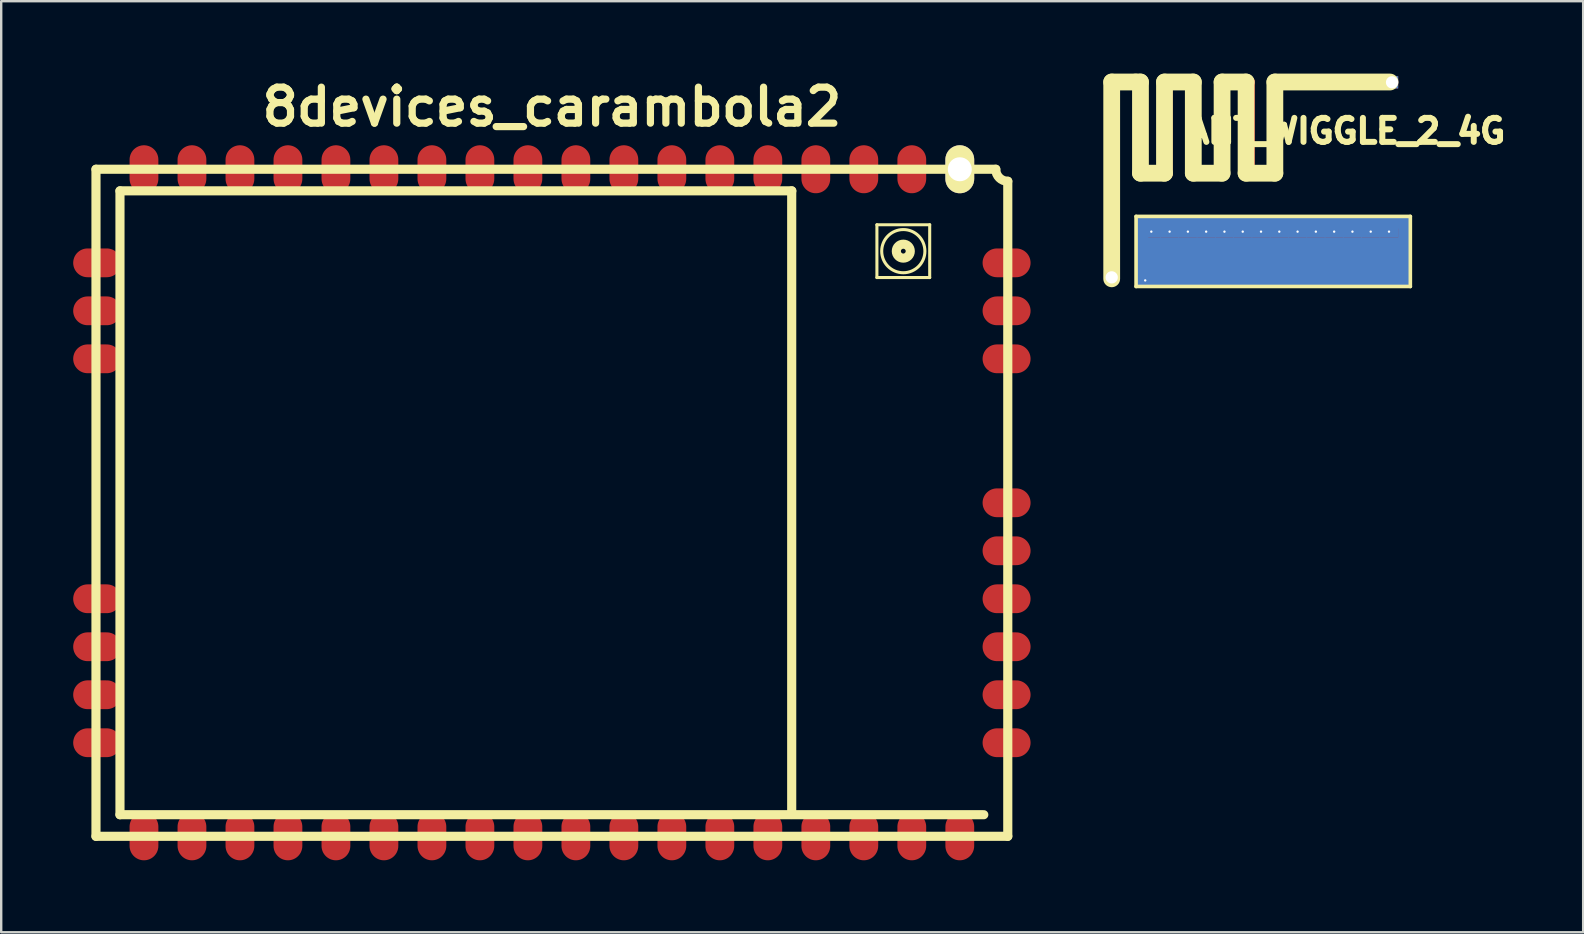
<source format=kicad_pcb>
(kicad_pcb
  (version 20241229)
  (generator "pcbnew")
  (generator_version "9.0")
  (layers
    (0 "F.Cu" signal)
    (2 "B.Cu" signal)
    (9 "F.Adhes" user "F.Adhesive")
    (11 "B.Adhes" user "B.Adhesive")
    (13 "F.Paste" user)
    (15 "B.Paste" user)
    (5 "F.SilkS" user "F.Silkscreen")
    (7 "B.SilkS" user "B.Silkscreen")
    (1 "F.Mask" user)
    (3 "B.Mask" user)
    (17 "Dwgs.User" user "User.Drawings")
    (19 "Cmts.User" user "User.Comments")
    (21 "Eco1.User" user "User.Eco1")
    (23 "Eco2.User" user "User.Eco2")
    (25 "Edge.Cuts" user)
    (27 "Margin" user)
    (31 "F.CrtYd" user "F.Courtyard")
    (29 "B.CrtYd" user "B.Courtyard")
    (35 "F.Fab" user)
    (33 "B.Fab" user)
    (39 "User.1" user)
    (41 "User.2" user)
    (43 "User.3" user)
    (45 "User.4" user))
  (footprint "ANT_WIGGLE_2_4G"
    (layer "F.Cu")
    (at 43.281 5.969)
    (property "Reference" "ANT_WIGGLE_2_4G" (at 9.779 -3.556 0) (layer "F.SilkS") (effects (font (size 1 1) (thickness 0.25))))
    (attr through_hole)
    (fp_line (start 0 -5.588) (end 0 -1.778) (stroke (width 0.508) (type solid)) (layer "F.Cu"))
    (fp_line (start 0 -5.588) (end 1.143 -5.588) (stroke (width 0.508) (type solid)) (layer "F.Cu"))
    (fp_line (start 0 -1.778) (end 0 0) (stroke (width 0.508) (type solid)) (layer "F.Cu"))
    (fp_line (start 0 0) (end 0 2.54) (stroke (width 0.508) (type solid)) (layer "F.Cu"))
    (fp_line (start 1.143 -5.588) (end 1.143 -1.778) (stroke (width 0.508) (type solid)) (layer "F.Cu"))
    (fp_line (start 1.143 -1.778) (end 2.286 -1.778) (stroke (width 0.508) (type solid)) (layer "F.Cu"))
    (fp_line (start 1.27 0.254) (end 1.27 2.54) (stroke (width 0.508) (type solid)) (layer "F.Cu"))
    (fp_line (start 1.27 0.254) (end 12.192 0.254) (stroke (width 0.508) (type solid)) (layer "F.Cu"))
    (fp_line (start 1.27 1.143) (end 12.192 1.143) (stroke (width 0.508) (type solid)) (layer "F.Cu"))
    (fp_line (start 1.27 1.524) (end 12.192 1.524) (stroke (width 0.508) (type solid)) (layer "F.Cu"))
    (fp_line (start 1.27 1.905) (end 12.192 1.905) (stroke (width 0.508) (type solid)) (layer "F.Cu"))
    (fp_line (start 1.27 2.286) (end 12.192 2.286) (stroke (width 0.508) (type solid)) (layer "F.Cu"))
    (fp_line (start 1.27 2.667) (end 12.192 2.667) (stroke (width 0.508) (type solid)) (layer "F.Cu"))
    (fp_line (start 2.286 -5.588) (end 3.429 -5.588) (stroke (width 0.508) (type solid)) (layer "F.Cu"))
    (fp_line (start 2.286 -1.778) (end 2.286 -5.588) (stroke (width 0.508) (type solid)) (layer "F.Cu"))
    (fp_line (start 3.429 -5.588) (end 3.429 -1.778) (stroke (width 0.508) (type solid)) (layer "F.Cu"))
    (fp_line (start 3.429 -1.778) (end 4.572 -1.778) (stroke (width 0.508) (type solid)) (layer "F.Cu"))
    (fp_line (start 4.572 -5.588) (end 5.715 -5.588) (stroke (width 0.508) (type solid)) (layer "F.Cu"))
    (fp_line (start 4.572 -1.778) (end 4.572 -5.588) (stroke (width 0.508) (type solid)) (layer "F.Cu"))
    (fp_line (start 5.715 -5.588) (end 5.715 -1.778) (stroke (width 0.508) (type solid)) (layer "F.Cu"))
    (fp_line (start 5.715 -1.778) (end 6.858 -1.778) (stroke (width 0.508) (type solid)) (layer "F.Cu"))
    (fp_line (start 6.858 -5.588) (end 11.684 -5.588) (stroke (width 0.508) (type solid)) (layer "F.Cu"))
    (fp_line (start 6.858 -1.778) (end 6.858 -5.588) (stroke (width 0.508) (type solid)) (layer "F.Cu"))
    (fp_line (start 12.192 0.254) (end 12.192 2.54) (stroke (width 0.508) (type solid)) (layer "F.Cu"))
    (fp_line (start 1.27 0.254) (end 12.192 0.254) (stroke (width 0.508) (type solid)) (layer "B.Cu"))
    (fp_line (start 1.27 1.143) (end 12.192 1.143) (stroke (width 0.508) (type solid)) (layer "B.Cu"))
    (fp_line (start 1.27 1.524) (end 12.192 1.524) (stroke (width 0.508) (type solid)) (layer "B.Cu"))
    (fp_line (start 1.27 1.905) (end 12.192 1.905) (stroke (width 0.508) (type solid)) (layer "B.Cu"))
    (fp_line (start 1.27 2.286) (end 12.192 2.286) (stroke (width 0.508) (type solid)) (layer "B.Cu"))
    (fp_line (start 1.27 2.667) (end 1.27 0.254) (stroke (width 0.508) (type solid)) (layer "B.Cu"))
    (fp_line (start 1.27 2.667) (end 12.192 2.667) (stroke (width 0.508) (type solid)) (layer "B.Cu"))
    (fp_line (start 12.192 2.667) (end 12.192 0.254) (stroke (width 0.508) (type solid)) (layer "B.Cu"))
    (fp_line (start 0 -5.601) (end 1.001 -5.601) (stroke (width 0.699) (type solid)) (layer "F.SilkS"))
    (fp_line (start 0 2.601) (end 0 -5.601) (stroke (width 0.699) (type solid)) (layer "F.SilkS"))
    (fp_line (start 1.001 -5.601) (end 1.199 -5.601) (stroke (width 0.699) (type solid)) (layer "F.SilkS"))
    (fp_line (start 1.016 0) (end 1.016 2.921) (stroke (width 0.15) (type solid)) (layer "F.SilkS"))
    (fp_line (start 1.016 2.921) (end 12.446 2.921) (stroke (width 0.15) (type solid)) (layer "F.SilkS"))
    (fp_line (start 1.199 -5.601) (end 1.199 -1.801) (stroke (width 0.699) (type solid)) (layer "F.SilkS"))
    (fp_line (start 1.199 -1.801) (end 2.2 -1.801) (stroke (width 0.699) (type solid)) (layer "F.SilkS"))
    (fp_line (start 2.2 -5.601) (end 3.401 -5.601) (stroke (width 0.699) (type solid)) (layer "F.SilkS"))
    (fp_line (start 2.2 -1.801) (end 2.2 -5.601) (stroke (width 0.699) (type solid)) (layer "F.SilkS"))
    (fp_line (start 3.401 -5.601) (end 3.401 -1.801) (stroke (width 0.699) (type solid)) (layer "F.SilkS"))
    (fp_line (start 3.401 -1.801) (end 4.6 -1.801) (stroke (width 0.699) (type solid)) (layer "F.SilkS"))
    (fp_line (start 4.6 -5.601) (end 5.601 -5.601) (stroke (width 0.699) (type solid)) (layer "F.SilkS"))
    (fp_line (start 4.6 -1.801) (end 4.6 -5.601) (stroke (width 0.699) (type solid)) (layer "F.SilkS"))
    (fp_line (start 5.601 -5.601) (end 5.601 -1.801) (stroke (width 0.699) (type solid)) (layer "F.SilkS"))
    (fp_line (start 5.601 -1.801) (end 6.8 -1.801) (stroke (width 0.699) (type solid)) (layer "F.SilkS"))
    (fp_line (start 6.8 -5.601) (end 11.6 -5.601) (stroke (width 0.699) (type solid)) (layer "F.SilkS"))
    (fp_line (start 6.8 -1.801) (end 6.8 -5.601) (stroke (width 0.699) (type solid)) (layer "F.SilkS"))
    (fp_line (start 12.446 0) (end 1.016 0) (stroke (width 0.15) (type solid)) (layer "F.SilkS"))
    (fp_line (start 12.446 2.921) (end 12.446 0) (stroke (width 0.15) (type solid)) (layer "F.SilkS"))
    (pad "" thru_hole rect (at 1.397 2.667) (size 0.795 0.511) (drill 0.099) (layers "*.Cu"))
    (pad "" thru_hole rect (at 1.651 0.635) (size 0.795 0.511) (drill 0.099) (layers "*.Cu"))
    (pad "" thru_hole rect (at 2.413 0.635) (size 0.795 0.511) (drill 0.099) (layers "*.Cu"))
    (pad "" thru_hole rect (at 3.175 0.635) (size 0.795 0.511) (drill 0.099) (layers "*.Cu"))
    (pad "" thru_hole rect (at 3.937 0.635) (size 0.795 0.511) (drill 0.099) (layers "*.Cu"))
    (pad "" thru_hole rect (at 4.699 0.635) (size 0.795 0.511) (drill 0.099) (layers "*.Cu"))
    (pad "" thru_hole rect (at 5.461 0.635) (size 0.795 0.511) (drill 0.099) (layers "*.Cu"))
    (pad "" thru_hole rect (at 6.223 0.635) (size 0.795 0.511) (drill 0.099) (layers "*.Cu"))
    (pad "" thru_hole rect (at 6.985 0.635) (size 0.795 0.511) (drill 0.099) (layers "*.Cu"))
    (pad "" thru_hole rect (at 7.747 0.635) (size 0.795 0.511) (drill 0.099) (layers "*.Cu"))
    (pad "" thru_hole rect (at 8.509 0.635) (size 0.795 0.511) (drill 0.099) (layers "*.Cu"))
    (pad "" thru_hole rect (at 9.271 0.635) (size 0.795 0.511) (drill 0.099) (layers "*.Cu"))
    (pad "" thru_hole rect (at 10.033 0.635) (size 0.795 0.511) (drill 0.099) (layers "*.Cu"))
    (pad "" thru_hole rect (at 10.795 0.635) (size 0.795 0.511) (drill 0.099) (layers "*.Cu"))
    (pad "" thru_hole rect (at 11.557 0.635) (size 0.795 0.511) (drill 0.099) (layers "*.Cu"))
    (pad "" thru_hole rect (at 11.684 -5.588) (size 0.511 0.511) (drill 0.762) (layers "F.Cu"))
    (pad "1" thru_hole rect (at 0 2.54) (size 0.511 0.511) (drill 0.762) (layers "F.Cu")))
  (footprint "8devices_carambola2"
    (layer "F.Cu")
    (at 19.95 17.904)
    (property "Reference" "8devices_carambola2" (at 0 -16.5 0) (layer "F.SilkS") (effects (font (size 1.5 1.5) (thickness 0.3))))
    (attr through_hole)
    (fp_line (start -19 -13.9) (end 18.5 -13.9) (stroke (width 0.381) (type solid)) (layer "F.SilkS"))
    (fp_line (start -19 13.9) (end -19 -13.9) (stroke (width 0.381) (type solid)) (layer "F.SilkS"))
    (fp_line (start -18 -13) (end 10 -13) (stroke (width 0.381) (type solid)) (layer "F.SilkS"))
    (fp_line (start -18 13) (end -18 -13) (stroke (width 0.381) (type solid)) (layer "F.SilkS"))
    (fp_line (start 9.995 -13) (end 9.995 12.916) (stroke (width 0.381) (type solid)) (layer "F.SilkS"))
    (fp_line (start 9.995 12.916) (end 9.982 13.106) (stroke (width 0.15) (type solid)) (layer "F.SilkS"))
    (fp_line (start 13.546 -11.587) (end 15.746 -11.587) (stroke (width 0.127) (type solid)) (layer "F.SilkS"))
    (fp_line (start 13.546 -9.387) (end 13.546 -11.587) (stroke (width 0.127) (type solid)) (layer "F.SilkS"))
    (fp_line (start 15.746 -11.587) (end 15.746 -9.387) (stroke (width 0.127) (type solid)) (layer "F.SilkS"))
    (fp_line (start 15.746 -9.387) (end 13.546 -9.387) (stroke (width 0.127) (type solid)) (layer "F.SilkS"))
    (fp_line (start 18 13) (end -18 13) (stroke (width 0.381) (type solid)) (layer "F.SilkS"))
    (fp_line (start 19 -13.4) (end 19 13.9) (stroke (width 0.381) (type solid)) (layer "F.SilkS"))
    (fp_line (start 19 13.9) (end -19 13.9) (stroke (width 0.381) (type solid)) (layer "F.SilkS"))
    (fp_arc (start 19 -13.4) (mid 18.646447 -13.546447) (end 18.5 -13.9) (stroke (width 0.381) (type solid)) (layer "F.SilkS"))
    (fp_circle (center 14.646 -10.487) (end 14.746 -10.487) (stroke (width 0.381) (type solid)) (fill no) (layer "F.SilkS"))
    (fp_circle (center 14.646 -10.487) (end 15.546 -10.487) (stroke (width 0.127) (type solid)) (fill no) (layer "F.SilkS"))
    (pad "1" smd oval (at -17 13.9) (size 1.2 2) (layers "F.Cu" "F.Mask" "F.Paste"))
    (pad "2" smd oval (at -15 13.9) (size 1.2 2) (layers "F.Cu" "F.Mask" "F.Paste"))
    (pad "3" smd oval (at -13 13.9) (size 1.2 2) (layers "F.Cu" "F.Mask" "F.Paste"))
    (pad "4" smd oval (at -11 13.9) (size 1.2 2) (layers "F.Cu" "F.Mask" "F.Paste"))
    (pad "5" smd oval (at -9 13.9) (size 1.2 2) (layers "F.Cu" "F.Mask" "F.Paste"))
    (pad "6" smd oval (at -7 13.9) (size 1.2 2) (layers "F.Cu" "F.Mask" "F.Paste"))
    (pad "7" smd oval (at -5 13.9) (size 1.2 2) (layers "F.Cu" "F.Mask" "F.Paste"))
    (pad "8" smd oval (at -3 13.9) (size 1.2 2) (layers "F.Cu" "F.Mask" "F.Paste"))
    (pad "9" smd oval (at -1 13.9) (size 1.2 2) (layers "F.Cu" "F.Mask" "F.Paste"))
    (pad "10" smd oval (at 1 13.9) (size 1.2 2) (layers "F.Cu" "F.Mask" "F.Paste"))
    (pad "11" smd oval (at 3 13.9) (size 1.2 2) (layers "F.Cu" "F.Mask" "F.Paste"))
    (pad "12" smd oval (at 5 13.9) (size 1.2 2) (layers "F.Cu" "F.Mask" "F.Paste"))
    (pad "13" smd oval (at 7 13.9) (size 1.2 2) (layers "F.Cu" "F.Mask" "F.Paste"))
    (pad "14" smd oval (at 9 13.9) (size 1.2 2) (layers "F.Cu" "F.Mask" "F.Paste"))
    (pad "15" smd oval (at 11 13.9) (size 1.2 2) (layers "F.Cu" "F.Mask" "F.Paste"))
    (pad "16" smd oval (at 13 13.9) (size 1.2 2) (layers "F.Cu" "F.Mask" "F.Paste"))
    (pad "17" smd oval (at 15 13.9) (size 1.2 2) (layers "F.Cu" "F.Mask" "F.Paste"))
    (pad "18" smd oval (at 17 13.9) (size 1.2 2) (layers "F.Cu" "F.Mask" "F.Paste"))
    (pad "19" smd oval (at 18.95 10) (size 2 1.2) (layers "F.Cu" "F.Mask" "F.Paste"))
    (pad "20" smd oval (at 18.95 8) (size 2 1.2) (layers "F.Cu" "F.Mask" "F.Paste"))
    (pad "21" smd oval (at 18.95 6) (size 2 1.2) (layers "F.Cu" "F.Mask" "F.Paste"))
    (pad "22" smd oval (at 18.95 4) (size 2 1.2) (layers "F.Cu" "F.Mask" "F.Paste"))
    (pad "23" smd oval (at 18.95 2) (size 2 1.2) (layers "F.Cu" "F.Mask" "F.Paste"))
    (pad "24" smd oval (at 18.95 0) (size 2 1.2) (layers "F.Cu" "F.Mask" "F.Paste"))
    (pad "25" smd oval (at 18.95 -6) (size 2 1.2) (layers "F.Cu" "F.Mask" "F.Paste"))
    (pad "26" smd oval (at 18.95 -8) (size 2 1.2) (layers "F.Cu" "F.Mask" "F.Paste"))
    (pad "27" smd oval (at 18.95 -10) (size 2 1.2) (layers "F.Cu" "F.Mask" "F.Paste"))
    (pad "28" thru_hole oval (at 17 -13.9) (size 1.2 2) (drill 1) (layers "*.Cu" "*.Mask" "F.SilkS"))
    (pad "29" smd oval (at 15 -13.9) (size 1.2 2) (layers "F.Cu" "F.Mask" "F.Paste"))
    (pad "30" smd oval (at 13 -13.9) (size 1.2 2) (layers "F.Cu" "F.Mask" "F.Paste"))
    (pad "31" smd oval (at 11 -13.9) (size 1.2 2) (layers "F.Cu" "F.Mask" "F.Paste"))
    (pad "32" smd oval (at 9 -13.9) (size 1.2 2) (layers "F.Cu" "F.Mask" "F.Paste"))
    (pad "33" smd oval (at 7 -13.9) (size 1.2 2) (layers "F.Cu" "F.Mask" "F.Paste"))
    (pad "34" smd oval (at 5 -13.9) (size 1.2 2) (layers "F.Cu" "F.Mask" "F.Paste"))
    (pad "35" smd oval (at 3 -13.9) (size 1.2 2) (layers "F.Cu" "F.Mask" "F.Paste"))
    (pad "36" smd oval (at 1 -13.9) (size 1.2 2) (layers "F.Cu" "F.Mask" "F.Paste"))
    (pad "37" smd oval (at -1 -13.9) (size 1.2 2) (layers "F.Cu" "F.Mask" "F.Paste"))
    (pad "38" smd oval (at -3 -13.9) (size 1.2 2) (layers "F.Cu" "F.Mask" "F.Paste"))
    (pad "39" smd oval (at -5 -13.9) (size 1.2 2) (layers "F.Cu" "F.Mask" "F.Paste"))
    (pad "40" smd oval (at -7 -13.9) (size 1.2 2) (layers "F.Cu" "F.Mask" "F.Paste"))
    (pad "41" smd oval (at -9 -13.9) (size 1.2 2) (layers "F.Cu" "F.Mask" "F.Paste"))
    (pad "42" smd oval (at -11 -13.9) (size 1.2 2) (layers "F.Cu" "F.Mask" "F.Paste"))
    (pad "43" smd oval (at -13 -13.9) (size 1.2 2) (layers "F.Cu" "F.Mask" "F.Paste"))
    (pad "44" smd oval (at -15 -13.9) (size 1.2 2) (layers "F.Cu" "F.Mask" "F.Paste"))
    (pad "45" smd oval (at -17 -13.9) (size 1.2 2) (layers "F.Cu" "F.Mask" "F.Paste"))
    (pad "46" smd oval (at -18.95 -10) (size 2 1.2) (layers "F.Cu" "F.Mask" "F.Paste"))
    (pad "47" smd oval (at -18.95 -8) (size 2 1.2) (layers "F.Cu" "F.Mask" "F.Paste"))
    (pad "48" smd oval (at -18.95 -6) (size 2 1.2) (layers "F.Cu" "F.Mask" "F.Paste"))
    (pad "49" smd oval (at -18.95 4) (size 2 1.2) (layers "F.Cu" "F.Mask" "F.Paste"))
    (pad "50" smd oval (at -18.95 6) (size 2 1.2) (layers "F.Cu" "F.Mask" "F.Paste"))
    (pad "51" smd oval (at -18.95 8) (size 2 1.2) (layers "F.Cu" "F.Mask" "F.Paste"))
    (pad "52" smd oval (at -18.95 10) (size 2 1.2) (layers "F.Cu" "F.Mask" "F.Paste")))
  (gr_rect
    (start -3 -3)
    (end 62.93 35.804)
    (stroke (width 0.1) (type default))
    (fill no)
    (layer "Edge.Cuts")))
</source>
